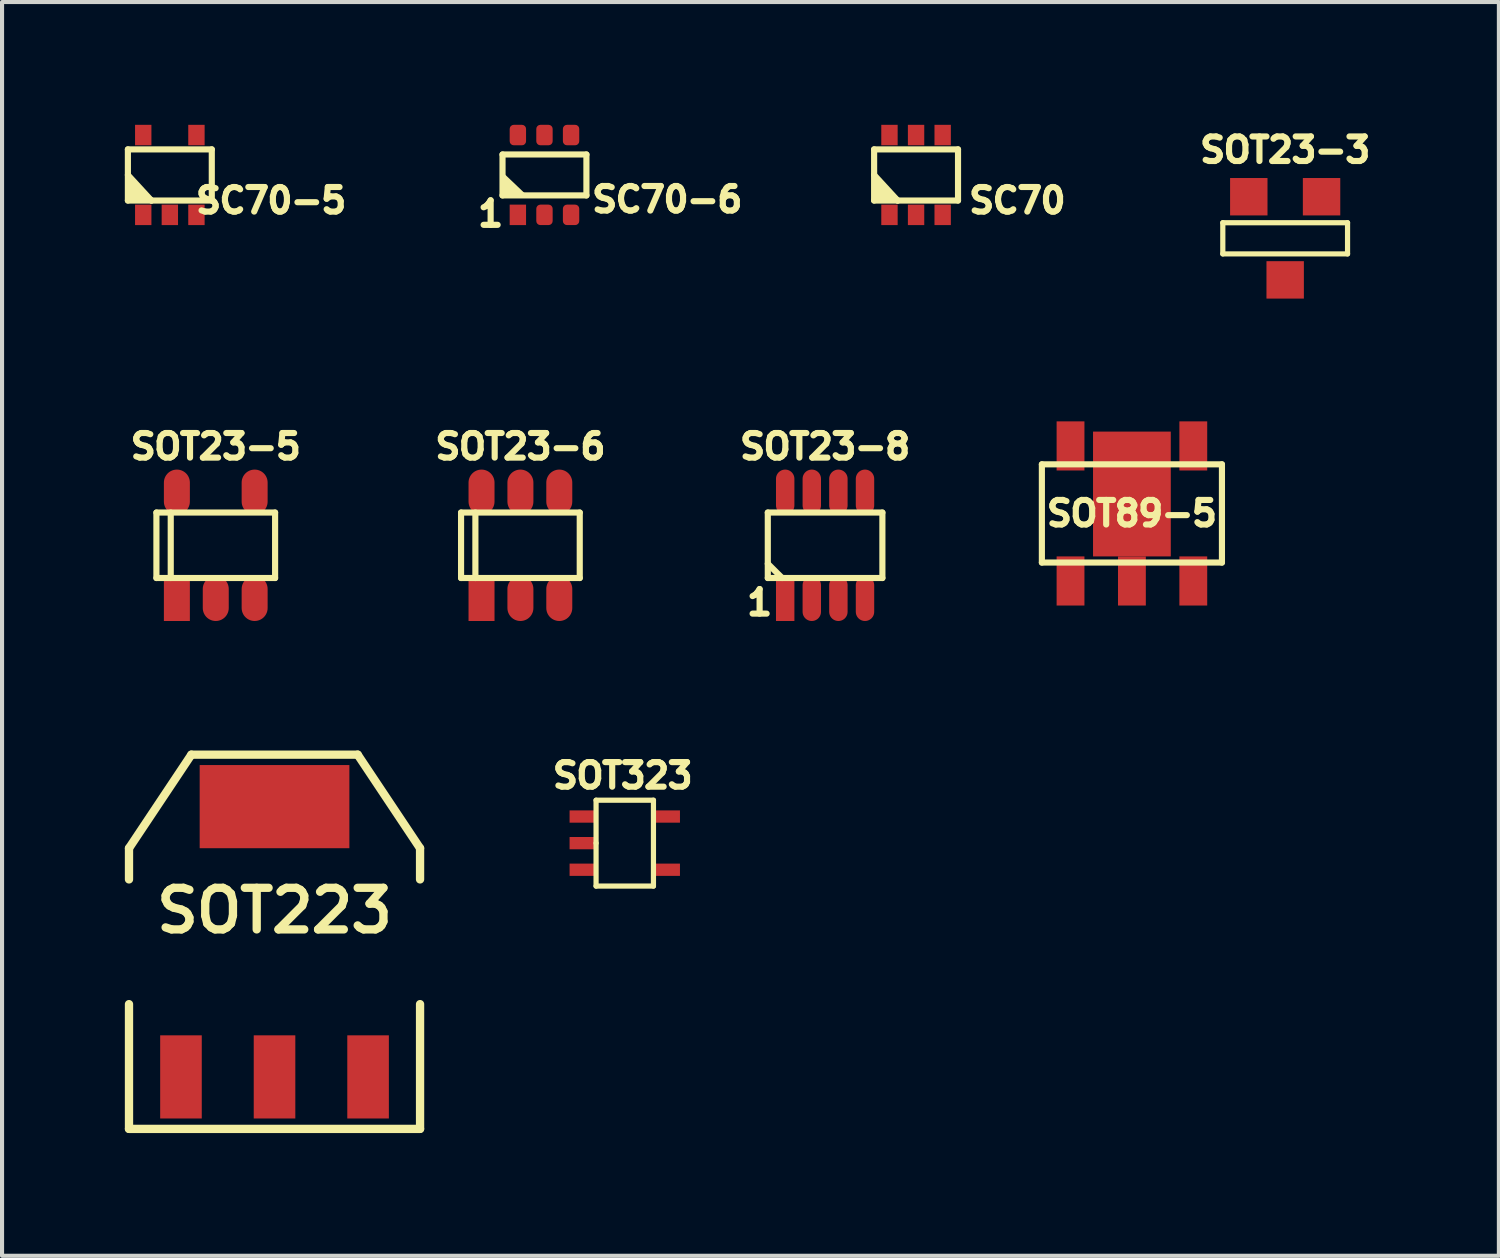
<source format=kicad_pcb>
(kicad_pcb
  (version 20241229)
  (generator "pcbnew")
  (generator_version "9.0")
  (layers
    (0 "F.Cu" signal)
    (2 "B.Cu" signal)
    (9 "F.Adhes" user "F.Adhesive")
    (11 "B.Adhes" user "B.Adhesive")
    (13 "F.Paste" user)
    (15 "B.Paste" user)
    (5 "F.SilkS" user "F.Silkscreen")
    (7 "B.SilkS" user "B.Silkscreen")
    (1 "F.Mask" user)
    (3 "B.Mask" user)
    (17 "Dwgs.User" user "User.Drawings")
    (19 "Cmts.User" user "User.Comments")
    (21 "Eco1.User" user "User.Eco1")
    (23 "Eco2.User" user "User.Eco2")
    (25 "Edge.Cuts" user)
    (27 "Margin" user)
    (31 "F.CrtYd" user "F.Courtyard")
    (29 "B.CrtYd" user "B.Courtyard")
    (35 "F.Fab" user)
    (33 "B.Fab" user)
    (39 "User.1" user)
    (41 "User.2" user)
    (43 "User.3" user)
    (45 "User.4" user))
  (footprint "SOT23-5"
    (layer "F.Cu")
    (at 2.222 10.274)
    (property "Reference" "SOT23-5" (at 0 -2.413 0) (layer "F.SilkS") (effects (font (size 0.6 0.6) (thickness 0.15))))
    (attr through_hole)
    (fp_line (start -1.45 -0.8) (end 1.45 -0.8) (stroke (width 0.15) (type solid)) (layer "F.SilkS"))
    (fp_line (start -1.45 0.8) (end -1.45 -0.8) (stroke (width 0.15) (type solid)) (layer "F.SilkS"))
    (fp_line (start -1.1 0.8) (end -1.1 -0.8) (stroke (width 0.15) (type solid)) (layer "F.SilkS"))
    (fp_line (start 1.45 -0.8) (end 1.45 0.8) (stroke (width 0.15) (type solid)) (layer "F.SilkS"))
    (fp_line (start 1.45 0.8) (end -1.45 0.8) (stroke (width 0.15) (type solid)) (layer "F.SilkS"))
    (pad "1" smd rect (at -0.95 1.3) (size 0.635 1.1) (layers "F.Cu" "F.Mask" "F.Paste"))
    (pad "2" smd oval (at 0 1.3) (size 0.635 1.1) (layers "F.Cu" "F.Mask" "F.Paste"))
    (pad "3" smd oval (at 0.95 1.3) (size 0.635 1.1) (layers "F.Cu" "F.Mask" "F.Paste"))
    (pad "4" smd oval (at 0.95 -1.3) (size 0.635 1.1) (layers "F.Cu" "F.Mask" "F.Paste"))
    (pad "5" smd oval (at -0.95 -1.3) (size 0.635 1.1) (layers "F.Cu" "F.Mask" "F.Paste")))
  (footprint "SC70-5"
    (layer "F.Cu")
    (at 1.1 1.225)
    (property "Reference" "SC70-5" (at 2.475 0.625 0) (layer "F.SilkS") (effects (font (size 0.6 0.6) (thickness 0.15))))
    (attr through_hole)
    (fp_line (start -1.025 -0.625) (end 1.025 -0.625) (stroke (width 0.15) (type solid)) (layer "F.SilkS"))
    (fp_line (start -1.025 0) (end -0.45 0.625) (stroke (width 0.15) (type solid)) (layer "F.SilkS"))
    (fp_line (start -1.025 0.625) (end -1.025 -0.625) (stroke (width 0.15) (type solid)) (layer "F.SilkS"))
    (fp_line (start -0.975 0.225) (end -0.9 0.525) (stroke (width 0.15) (type solid)) (layer "F.SilkS"))
    (fp_line (start -0.9 0.525) (end -0.65 0.55) (stroke (width 0.15) (type solid)) (layer "F.SilkS"))
    (fp_line (start -0.65 0.55) (end -0.85 0.4) (stroke (width 0.15) (type solid)) (layer "F.SilkS"))
    (fp_line (start -0.45 0.625) (end -0.975 0.225) (stroke (width 0.15) (type solid)) (layer "F.SilkS"))
    (fp_line (start 1.025 -0.625) (end 1.025 0.625) (stroke (width 0.15) (type solid)) (layer "F.SilkS"))
    (fp_line (start 1.025 0.625) (end -1.025 0.625) (stroke (width 0.15) (type solid)) (layer "F.SilkS"))
    (pad "1" smd rect (at -0.65 0.975) (size 0.4 0.5) (layers "F.Cu" "F.Mask" "F.Paste"))
    (pad "2" smd rect (at 0 0.975) (size 0.4 0.5) (layers "F.Cu" "F.Mask" "F.Paste"))
    (pad "3" smd rect (at 0.65 0.975) (size 0.4 0.5) (layers "F.Cu" "F.Mask" "F.Paste"))
    (pad "4" smd rect (at 0.65 -0.975) (size 0.4 0.5) (layers "F.Cu" "F.Mask" "F.Paste"))
    (pad "5" smd rect (at -0.65 -0.975) (size 0.4 0.5) (layers "F.Cu" "F.Mask" "F.Paste")))
  (footprint "SC70-6"
    (layer "F.Cu")
    (at 10.254 1.225)
    (property "Reference" "SC70-6" (at 3 0.6 0) (layer "F.SilkS") (effects (font (size 0.6 0.6) (thickness 0.15))))
    (attr through_hole)
    (fp_line (start -1.025 -0.5) (end 1.025 -0.5) (stroke (width 0.15) (type default)) (layer "F.SilkS"))
    (fp_line (start -1.025 0.5) (end -1.025 -0.5) (stroke (width 0.15) (type solid)) (layer "F.SilkS"))
    (fp_line (start -1.025 0.5) (end 1.025 0.5) (stroke (width 0.15) (type default)) (layer "F.SilkS"))
    (fp_line (start 1.025 -0.5) (end 1.025 0.5) (stroke (width 0.15) (type solid)) (layer "F.SilkS"))
    (fp_poly (pts (xy -1.025 0) (xy -0.5 0.5) (xy -1.025 0.5)) (stroke (width 0.1) (type solid)) (fill yes) (layer "F.SilkS"))
    (fp_text user "1" (at -1.7 1.3 0) (unlocked yes) (layer "F.SilkS") (effects (font (size 0.6 0.6) (thickness 0.15) (bold yes)) (justify left bottom)))
    (pad "1" smd rect (at -0.65 0.975) (size 0.4 0.5) (layers "F.Cu" "F.Mask" "F.Paste"))
    (pad "2" smd roundrect (at 0 0.975) (size 0.4 0.5) (layers "F.Cu" "F.Mask" "F.Paste") (roundrect_rratio 0.25))
    (pad "3" smd roundrect (at 0.65 0.975) (size 0.4 0.5) (layers "F.Cu" "F.Mask" "F.Paste") (roundrect_rratio 0.25))
    (pad "4" smd roundrect (at 0.65 -0.975) (size 0.4 0.5) (layers "F.Cu" "F.Mask" "F.Paste") (roundrect_rratio 0.25))
    (pad "5" smd roundrect (at 0 -0.975) (size 0.4 0.5) (layers "F.Cu" "F.Mask" "F.Paste") (roundrect_rratio 0.25))
    (pad "6" smd roundrect (at -0.65 -0.975) (size 0.4 0.5) (layers "F.Cu" "F.Mask" "F.Paste") (roundrect_rratio 0.25)))
  (footprint "SOT23-6"
    (layer "F.Cu")
    (at 9.666 10.274)
    (property "Reference" "SOT23-6" (at 0 -2.413 0) (layer "F.SilkS") (effects (font (size 0.6 0.6) (thickness 0.15))))
    (attr through_hole)
    (fp_line (start -1.45 -0.8) (end 1.45 -0.8) (stroke (width 0.15) (type solid)) (layer "F.SilkS"))
    (fp_line (start -1.45 0.8) (end -1.45 -0.8) (stroke (width 0.15) (type solid)) (layer "F.SilkS"))
    (fp_line (start -1.1 0.8) (end -1.1 -0.8) (stroke (width 0.15) (type solid)) (layer "F.SilkS"))
    (fp_line (start 1.45 -0.8) (end 1.45 0.8) (stroke (width 0.15) (type solid)) (layer "F.SilkS"))
    (fp_line (start 1.45 0.8) (end -1.45 0.8) (stroke (width 0.15) (type solid)) (layer "F.SilkS"))
    (pad "1" smd rect (at -0.95 1.3) (size 0.635 1.1) (layers "F.Cu" "F.Mask" "F.Paste"))
    (pad "2" smd oval (at 0 1.3) (size 0.635 1.1) (layers "F.Cu" "F.Mask" "F.Paste"))
    (pad "3" smd oval (at 0.95 1.3) (size 0.635 1.1) (layers "F.Cu" "F.Mask" "F.Paste"))
    (pad "4" smd oval (at 0.95 -1.3) (size 0.635 1.1) (layers "F.Cu" "F.Mask" "F.Paste"))
    (pad "5" smd oval (at 0 -1.3) (size 0.635 1.1) (layers "F.Cu" "F.Mask" "F.Paste"))
    (pad "6" smd oval (at -0.95 -1.3) (size 0.635 1.1) (layers "F.Cu" "F.Mask" "F.Paste")))
  (footprint "SC70"
    (layer "F.Cu")
    (at 19.334 1.225)
    (property "Reference" "SC70" (at 2.475 0.625 0) (layer "F.SilkS") (effects (font (size 0.6 0.6) (thickness 0.15))))
    (attr through_hole)
    (fp_line (start -1.025 -0.625) (end 1.025 -0.625) (stroke (width 0.15) (type solid)) (layer "F.SilkS"))
    (fp_line (start -1.025 0) (end -0.45 0.625) (stroke (width 0.15) (type solid)) (layer "F.SilkS"))
    (fp_line (start -1.025 0.625) (end -1.025 -0.625) (stroke (width 0.15) (type solid)) (layer "F.SilkS"))
    (fp_line (start -0.975 0.225) (end -0.9 0.525) (stroke (width 0.15) (type solid)) (layer "F.SilkS"))
    (fp_line (start -0.9 0.525) (end -0.65 0.55) (stroke (width 0.15) (type solid)) (layer "F.SilkS"))
    (fp_line (start -0.65 0.55) (end -0.85 0.4) (stroke (width 0.15) (type solid)) (layer "F.SilkS"))
    (fp_line (start -0.45 0.625) (end -0.975 0.225) (stroke (width 0.15) (type solid)) (layer "F.SilkS"))
    (fp_line (start 1.025 -0.625) (end 1.025 0.625) (stroke (width 0.15) (type solid)) (layer "F.SilkS"))
    (fp_line (start 1.025 0.625) (end -1.025 0.625) (stroke (width 0.15) (type solid)) (layer "F.SilkS"))
    (pad "1" smd rect (at -0.65 0.975) (size 0.4 0.5) (layers "F.Cu" "F.Mask" "F.Paste"))
    (pad "2" smd rect (at 0 0.975) (size 0.4 0.5) (layers "F.Cu" "F.Mask" "F.Paste"))
    (pad "3" smd rect (at 0.65 0.975) (size 0.4 0.5) (layers "F.Cu" "F.Mask" "F.Paste"))
    (pad "4" smd rect (at 0.65 -0.975) (size 0.4 0.5) (layers "F.Cu" "F.Mask" "F.Paste"))
    (pad "5" smd rect (at 0 -0.975) (size 0.4 0.5) (layers "F.Cu" "F.Mask" "F.Paste"))
    (pad "6" smd rect (at -0.65 -0.975) (size 0.4 0.5) (layers "F.Cu" "F.Mask" "F.Paste")))
  (footprint "SOT323"
    (layer "F.Cu")
    (at 12.216 17.552)
    (property "Reference" "SOT323" (at -0.05 -1.65 0) (layer "F.SilkS") (effects (font (size 0.6 0.6) (thickness 0.15))))
    (attr through_hole)
    (fp_line (start -0.701 -1.049) (end 0.701 -1.049) (stroke (width 0.127) (type solid)) (layer "F.SilkS"))
    (fp_line (start -0.701 0) (end -0.701 -1.049) (stroke (width 0.127) (type solid)) (layer "F.SilkS"))
    (fp_line (start -0.701 1.049) (end -0.701 0) (stroke (width 0.127) (type solid)) (layer "F.SilkS"))
    (fp_line (start 0.701 -1.049) (end 0.701 1.049) (stroke (width 0.127) (type solid)) (layer "F.SilkS"))
    (fp_line (start 0.701 1.049) (end -0.701 1.049) (stroke (width 0.127) (type solid)) (layer "F.SilkS"))
    (pad "1" smd rect (at -1.049 -0.65) (size 0.599 0.3) (layers "F.Cu" "F.Mask" "F.Paste"))
    (pad "2" smd rect (at -1.049 0) (size 0.599 0.3) (layers "F.Cu" "F.Mask" "F.Paste"))
    (pad "3" smd rect (at -1.049 0.65) (size 0.599 0.3) (layers "F.Cu" "F.Mask" "F.Paste"))
    (pad "4" smd rect (at 1.049 0.65) (size 0.599 0.3) (layers "F.Cu" "F.Mask" "F.Paste"))
    (pad "5" smd rect (at 1.049 -0.65) (size 0.599 0.3) (layers "F.Cu" "F.Mask" "F.Paste")))
  (footprint "SOT23-8"
    (layer "F.Cu")
    (at 17.111 10.274)
    (property "Reference" "SOT23-8" (at 0 -2.413 0) (layer "F.SilkS") (effects (font (size 0.6 0.6) (thickness 0.15))))
    (attr through_hole)
    (fp_line (start -1.4 -0.8) (end 1.4 -0.8) (stroke (width 0.15) (type solid)) (layer "F.SilkS"))
    (fp_line (start -1.4 0.45) (end -1.049 0.8) (stroke (width 0.15) (type solid)) (layer "F.SilkS"))
    (fp_line (start -1.4 0.8) (end -1.4 -0.8) (stroke (width 0.15) (type solid)) (layer "F.SilkS"))
    (fp_line (start 1.4 -0.8) (end 1.4 0.8) (stroke (width 0.15) (type solid)) (layer "F.SilkS"))
    (fp_line (start 1.4 0.8) (end -1.4 0.8) (stroke (width 0.15) (type solid)) (layer "F.SilkS"))
    (fp_text user "1" (at -1.6 1.4 0) (layer "F.SilkS") (effects (font (size 0.6 0.6) (thickness 0.15))))
    (pad "1" smd rect (at -0.975 1.3) (size 0.45 1.1) (layers "F.Cu" "F.Mask" "F.Paste"))
    (pad "2" smd oval (at -0.325 1.3) (size 0.45 1.1) (layers "F.Cu" "F.Mask" "F.Paste"))
    (pad "3" smd oval (at 0.325 1.3) (size 0.45 1.1) (layers "F.Cu" "F.Mask" "F.Paste"))
    (pad "4" smd oval (at 0.975 1.3) (size 0.45 1.1) (layers "F.Cu" "F.Mask" "F.Paste"))
    (pad "5" smd oval (at 0.975 -1.3) (size 0.45 1.1) (layers "F.Cu" "F.Mask" "F.Paste"))
    (pad "6" smd oval (at 0.325 -1.3) (size 0.45 1.1) (layers "F.Cu" "F.Mask" "F.Paste"))
    (pad "7" smd oval (at -0.325 -1.3) (size 0.45 1.1) (layers "F.Cu" "F.Mask" "F.Paste"))
    (pad "8" smd oval (at -0.975 -1.3) (size 0.45 1.1) (layers "F.Cu" "F.Mask" "F.Paste")))
  (footprint "SOT223"
    (layer "F.Cu")
    (at 3.658 19.962)
    (property "Reference" "SOT223" (at 0 -0.762 0) (layer "F.SilkS") (effects (font (size 1.016 1.016) (thickness 0.203))))
    (attr smd)
    (fp_line (start -3.556 -2.286) (end -2.032 -4.572) (stroke (width 0.203) (type solid)) (layer "F.SilkS"))
    (fp_line (start -3.556 -1.524) (end -3.556 -2.286) (stroke (width 0.203) (type solid)) (layer "F.SilkS"))
    (fp_line (start -3.556 1.524) (end -3.556 4.572) (stroke (width 0.203) (type solid)) (layer "F.SilkS"))
    (fp_line (start -3.556 4.572) (end 3.556 4.572) (stroke (width 0.203) (type solid)) (layer "F.SilkS"))
    (fp_line (start -2.032 -4.572) (end 2.032 -4.572) (stroke (width 0.203) (type solid)) (layer "F.SilkS"))
    (fp_line (start 2.032 -4.572) (end 3.556 -2.286) (stroke (width 0.203) (type solid)) (layer "F.SilkS"))
    (fp_line (start 3.556 -2.286) (end 3.556 -1.524) (stroke (width 0.203) (type solid)) (layer "F.SilkS"))
    (fp_line (start 3.556 4.572) (end 3.556 1.524) (stroke (width 0.203) (type solid)) (layer "F.SilkS"))
    (pad "1" smd rect (at -2.286 3.302) (size 1.016 2.032) (layers "F.Cu" "F.Mask" "F.Paste"))
    (pad "2" smd rect (at 0 3.302) (size 1.016 2.032) (layers "F.Cu" "F.Mask" "F.Paste"))
    (pad "3" smd rect (at 2.286 3.302) (size 1.016 2.032) (layers "F.Cu" "F.Mask" "F.Paste"))
    (pad "PAD" smd rect (at 0 -3.302) (size 3.658 2.032) (layers "F.Cu" "F.Mask" "F.Paste")))
  (footprint "SOT23-3"
    (layer "F.Cu")
    (at 28.353 2.773)
    (property "Reference" "SOT23-3" (at 0 -2.159 0) (layer "F.SilkS") (effects (font (size 0.6 0.6) (thickness 0.15))))
    (attr smd)
    (fp_line (start -1.524 -0.381) (end 1.524 -0.381) (stroke (width 0.127) (type solid)) (layer "F.SilkS"))
    (fp_line (start -1.524 0.381) (end -1.524 -0.381) (stroke (width 0.127) (type solid)) (layer "F.SilkS"))
    (fp_line (start 1.524 -0.381) (end 1.524 0.381) (stroke (width 0.127) (type solid)) (layer "F.SilkS"))
    (fp_line (start 1.524 0.381) (end -1.524 0.381) (stroke (width 0.127) (type solid)) (layer "F.SilkS"))
    (pad "1" smd rect (at 0.889 -1.016) (size 0.914 0.914) (layers "F.Cu" "F.Mask" "F.Paste"))
    (pad "2" smd rect (at -0.889 -1.016) (size 0.914 0.914) (layers "F.Cu" "F.Mask" "F.Paste"))
    (pad "3" smd rect (at 0 1.016) (size 0.914 0.914) (layers "F.Cu" "F.Mask" "F.Paste")))
  (footprint "SOT89-5"
    (layer "F.Cu")
    (at 24.608 9.496)
    (property "Reference" "SOT89-5" (at 0 0 0) (layer "F.SilkS") (effects (font (size 0.6 0.6) (thickness 0.15))))
    (attr through_hole)
    (fp_line (start -2.2 -1.2) (end 2.2 -1.2) (stroke (width 0.15) (type solid)) (layer "F.SilkS"))
    (fp_line (start -2.2 1.2) (end -2.2 -1.2) (stroke (width 0.15) (type solid)) (layer "F.SilkS"))
    (fp_line (start 2.2 -1.2) (end 2.2 1.2) (stroke (width 0.15) (type solid)) (layer "F.SilkS"))
    (fp_line (start 2.2 1.2) (end -2.2 1.2) (stroke (width 0.15) (type solid)) (layer "F.SilkS"))
    (pad "1" smd rect (at -1.5 1.65) (size 0.68 1.2) (layers "F.Cu" "F.Mask" "F.Paste"))
    (pad "2" smd rect (at 0 -0.475) (size 1.9 3.05) (layers "F.Cu" "F.Mask" "F.Paste"))
    (pad "2" smd rect (at 0 1.65) (size 0.68 1.2) (layers "F.Cu" "F.Mask" "F.Paste"))
    (pad "3" smd rect (at 1.5 1.65) (size 0.68 1.2) (layers "F.Cu" "F.Mask" "F.Paste"))
    (pad "4" smd rect (at 1.5 -1.65) (size 0.68 1.2) (layers "F.Cu" "F.Mask" "F.Paste"))
    (pad "5" smd rect (at -1.5 -1.65) (size 0.68 1.2) (layers "F.Cu" "F.Mask" "F.Paste")))
  (gr_rect
    (start -3 -3)
    (end 33.575 27.635)
    (stroke (width 0.1) (type default))
    (fill no)
    (layer "Edge.Cuts")))
</source>
